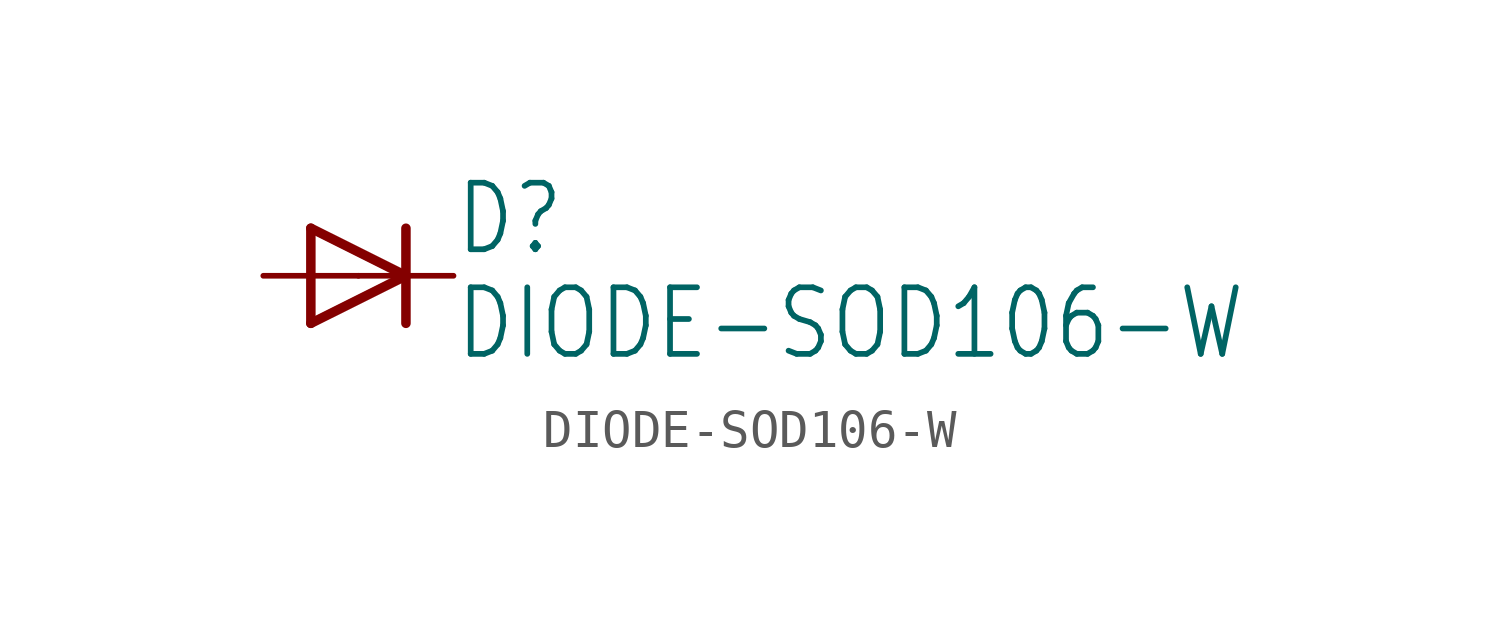
<source format=kicad_sym>
(kicad_symbol_lib
  (version 20211014)
  (generator kicad_symbol_editor)
  (symbol "DIODE-SOD106-W"
    (property "Reference" "D"
      (at 2.54 0.483 0)
      (effects (font (size 1.778 1.511)) (justify left bottom)))
    (property "Value" "DIODE-SOD106-W"
      (at 2.54 -2.311 0)
      (effects (font (size 1.778 1.511)) (justify left bottom)))
    (property "ki_locked" ""
      (at 0 0 0)
      (effects (font (size 1.27 1.27))))
    (symbol "DIODE-SOD106-W_1_0"
      (polyline (pts (xy -1.27 -1.27) (xy 1.27 0)) (stroke (width 0.254) (type default) (color 0 0 0 0)) (fill (type none)))
      (polyline (pts (xy -1.27 1.27) (xy -1.27 -1.27)) (stroke (width 0.254) (type default) (color 0 0 0 0)) (fill (type none)))
      (polyline (pts (xy 1.27 0) (xy -1.27 1.27)) (stroke (width 0.254) (type default) (color 0 0 0 0)) (fill (type none)))
      (polyline (pts (xy 1.27 0) (xy 1.27 -1.27)) (stroke (width 0.254) (type default) (color 0 0 0 0)) (fill (type none)))
      (polyline (pts (xy 1.27 1.27) (xy 1.27 0)) (stroke (width 0.254) (type default) (color 0 0 0 0)) (fill (type none)))
      (pin passive line (at -2.54 0 0) (length 2.54) (name "A" (effects (font (size 0 0)))) (number "A" (effects (font (size 0 0)))))
      (pin passive line (at 2.54 0 180) (length 2.54) (name "C" (effects (font (size 0 0)))) (number "C" (effects (font (size 0 0))))))))
</source>
